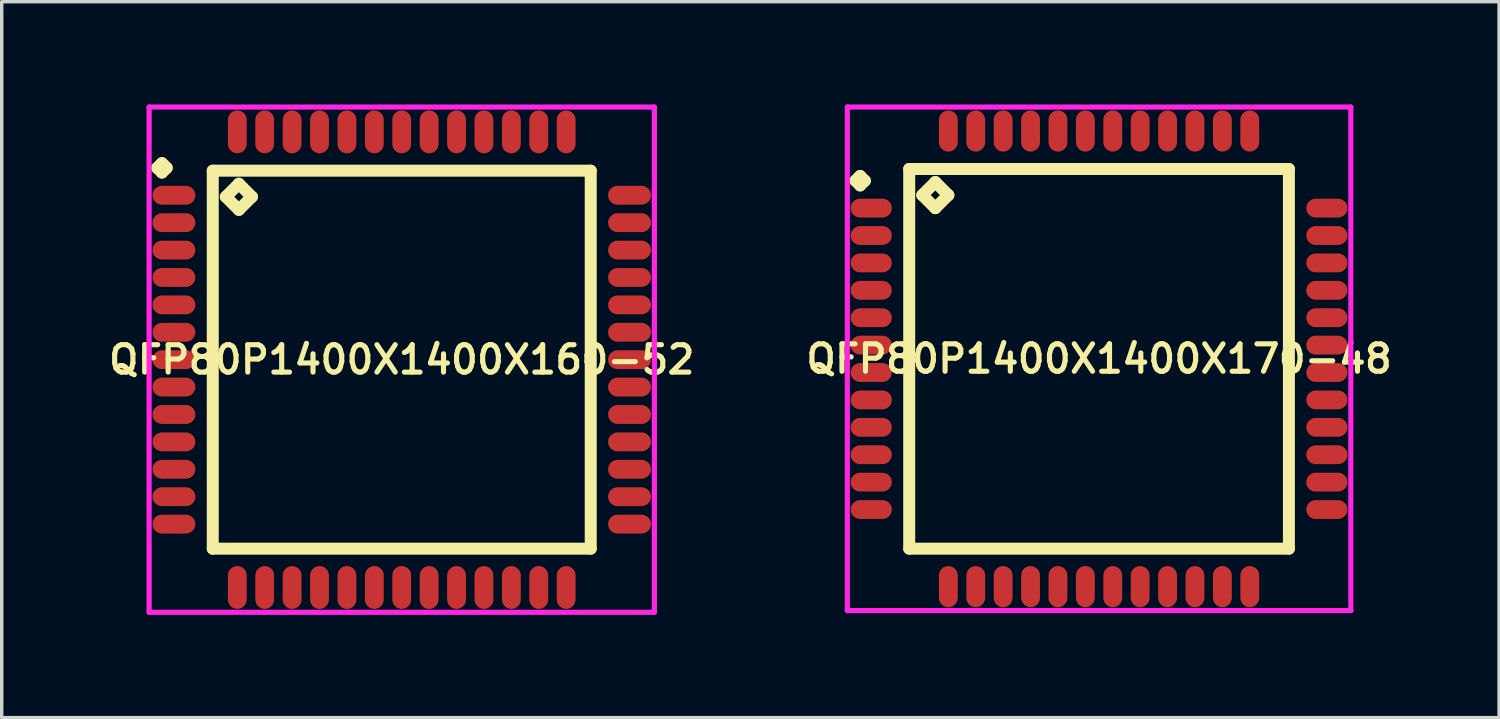
<source format=kicad_pcb>
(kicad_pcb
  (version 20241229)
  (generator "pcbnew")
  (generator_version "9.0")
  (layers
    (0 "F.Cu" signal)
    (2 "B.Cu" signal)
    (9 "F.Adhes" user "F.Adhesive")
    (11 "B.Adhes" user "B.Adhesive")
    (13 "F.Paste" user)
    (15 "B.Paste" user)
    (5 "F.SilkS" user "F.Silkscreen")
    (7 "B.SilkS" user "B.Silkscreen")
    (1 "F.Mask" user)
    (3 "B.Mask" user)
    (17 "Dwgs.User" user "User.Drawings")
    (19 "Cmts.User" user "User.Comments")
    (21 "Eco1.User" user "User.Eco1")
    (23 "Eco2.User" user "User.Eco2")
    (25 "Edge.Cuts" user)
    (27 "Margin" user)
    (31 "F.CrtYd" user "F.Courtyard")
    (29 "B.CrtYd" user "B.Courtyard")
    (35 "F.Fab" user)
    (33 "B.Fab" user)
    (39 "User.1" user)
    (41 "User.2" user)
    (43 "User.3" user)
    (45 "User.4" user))
  (footprint "QFP80P1400X1400X160-52"
    (layer "F.Cu")
    (at 8.678 7.45)
    (property "Reference" "QFP80P1400X1400X160-52" (at 0 0 0) (layer "F.SilkS") (effects (font (size 0.8 0.8) (thickness 0.15))))
    (attr smd)
    (fp_line (start -7.138 -5.6) (end -7 -5.737) (stroke (width 0.35) (type solid)) (layer "F.SilkS"))
    (fp_line (start -7 -5.737) (end -6.862 -5.6) (stroke (width 0.35) (type solid)) (layer "F.SilkS"))
    (fp_line (start -7 -5.463) (end -7.138 -5.6) (stroke (width 0.35) (type solid)) (layer "F.SilkS"))
    (fp_line (start -6.862 -5.6) (end -7 -5.463) (stroke (width 0.35) (type solid)) (layer "F.SilkS"))
    (fp_line (start -5.517 -5.517) (end -5.517 5.517) (stroke (width 0.35) (type solid)) (layer "F.SilkS"))
    (fp_line (start -5.517 5.517) (end 5.517 5.517) (stroke (width 0.35) (type solid)) (layer "F.SilkS"))
    (fp_line (start -5.136 -4.755) (end -4.755 -5.136) (stroke (width 0.35) (type solid)) (layer "F.SilkS"))
    (fp_line (start -4.755 -5.136) (end -4.374 -4.755) (stroke (width 0.35) (type solid)) (layer "F.SilkS"))
    (fp_line (start -4.755 -4.374) (end -5.136 -4.755) (stroke (width 0.35) (type solid)) (layer "F.SilkS"))
    (fp_line (start -4.374 -4.755) (end -4.755 -4.374) (stroke (width 0.35) (type solid)) (layer "F.SilkS"))
    (fp_line (start 5.517 -5.517) (end -5.517 -5.517) (stroke (width 0.35) (type solid)) (layer "F.SilkS"))
    (fp_line (start 5.517 5.517) (end 5.517 -5.517) (stroke (width 0.35) (type solid)) (layer "F.SilkS"))
    (fp_line (start -7.375 -7.375) (end 7.375 -7.375) (stroke (width 0.15) (type solid)) (layer "F.CrtYd"))
    (fp_line (start -7.375 7.375) (end -7.375 -7.375) (stroke (width 0.15) (type solid)) (layer "F.CrtYd"))
    (fp_line (start 7.375 -7.375) (end 7.375 7.375) (stroke (width 0.15) (type solid)) (layer "F.CrtYd"))
    (fp_line (start 7.375 7.375) (end -7.375 7.375) (stroke (width 0.15) (type solid)) (layer "F.CrtYd"))
    (pad "1" smd oval (at -6.65 -4.8) (size 1.25 0.55) (layers "F.Cu" "F.Mask" "F.Paste"))
    (pad "2" smd oval (at -6.65 -4) (size 1.25 0.55) (layers "F.Cu" "F.Mask" "F.Paste"))
    (pad "3" smd oval (at -6.65 -3.2) (size 1.25 0.55) (layers "F.Cu" "F.Mask" "F.Paste"))
    (pad "4" smd oval (at -6.65 -2.4) (size 1.25 0.55) (layers "F.Cu" "F.Mask" "F.Paste"))
    (pad "5" smd oval (at -6.65 -1.6) (size 1.25 0.55) (layers "F.Cu" "F.Mask" "F.Paste"))
    (pad "6" smd oval (at -6.65 -0.8) (size 1.25 0.55) (layers "F.Cu" "F.Mask" "F.Paste"))
    (pad "7" smd oval (at -6.65 0) (size 1.25 0.55) (layers "F.Cu" "F.Mask" "F.Paste"))
    (pad "8" smd oval (at -6.65 0.8) (size 1.25 0.55) (layers "F.Cu" "F.Mask" "F.Paste"))
    (pad "9" smd oval (at -6.65 1.6) (size 1.25 0.55) (layers "F.Cu" "F.Mask" "F.Paste"))
    (pad "10" smd oval (at -6.65 2.4) (size 1.25 0.55) (layers "F.Cu" "F.Mask" "F.Paste"))
    (pad "11" smd oval (at -6.65 3.2) (size 1.25 0.55) (layers "F.Cu" "F.Mask" "F.Paste"))
    (pad "12" smd oval (at -6.65 4) (size 1.25 0.55) (layers "F.Cu" "F.Mask" "F.Paste"))
    (pad "13" smd oval (at -6.65 4.8) (size 1.25 0.55) (layers "F.Cu" "F.Mask" "F.Paste"))
    (pad "14" smd oval (at -4.8 6.65) (size 0.55 1.25) (layers "F.Cu" "F.Mask" "F.Paste"))
    (pad "15" smd oval (at -4 6.65) (size 0.55 1.25) (layers "F.Cu" "F.Mask" "F.Paste"))
    (pad "16" smd oval (at -3.2 6.65) (size 0.55 1.25) (layers "F.Cu" "F.Mask" "F.Paste"))
    (pad "17" smd oval (at -2.4 6.65) (size 0.55 1.25) (layers "F.Cu" "F.Mask" "F.Paste"))
    (pad "18" smd oval (at -1.6 6.65) (size 0.55 1.25) (layers "F.Cu" "F.Mask" "F.Paste"))
    (pad "19" smd oval (at -0.8 6.65) (size 0.55 1.25) (layers "F.Cu" "F.Mask" "F.Paste"))
    (pad "20" smd oval (at 0 6.65) (size 0.55 1.25) (layers "F.Cu" "F.Mask" "F.Paste"))
    (pad "21" smd oval (at 0.8 6.65) (size 0.55 1.25) (layers "F.Cu" "F.Mask" "F.Paste"))
    (pad "22" smd oval (at 1.6 6.65) (size 0.55 1.25) (layers "F.Cu" "F.Mask" "F.Paste"))
    (pad "23" smd oval (at 2.4 6.65) (size 0.55 1.25) (layers "F.Cu" "F.Mask" "F.Paste"))
    (pad "24" smd oval (at 3.2 6.65) (size 0.55 1.25) (layers "F.Cu" "F.Mask" "F.Paste"))
    (pad "25" smd oval (at 4 6.65) (size 0.55 1.25) (layers "F.Cu" "F.Mask" "F.Paste"))
    (pad "26" smd oval (at 4.8 6.65) (size 0.55 1.25) (layers "F.Cu" "F.Mask" "F.Paste"))
    (pad "27" smd oval (at 6.65 4.8) (size 1.25 0.55) (layers "F.Cu" "F.Mask" "F.Paste"))
    (pad "28" smd oval (at 6.65 4) (size 1.25 0.55) (layers "F.Cu" "F.Mask" "F.Paste"))
    (pad "29" smd oval (at 6.65 3.2) (size 1.25 0.55) (layers "F.Cu" "F.Mask" "F.Paste"))
    (pad "30" smd oval (at 6.65 2.4) (size 1.25 0.55) (layers "F.Cu" "F.Mask" "F.Paste"))
    (pad "31" smd oval (at 6.65 1.6) (size 1.25 0.55) (layers "F.Cu" "F.Mask" "F.Paste"))
    (pad "32" smd oval (at 6.65 0.8) (size 1.25 0.55) (layers "F.Cu" "F.Mask" "F.Paste"))
    (pad "33" smd oval (at 6.65 0) (size 1.25 0.55) (layers "F.Cu" "F.Mask" "F.Paste"))
    (pad "34" smd oval (at 6.65 -0.8) (size 1.25 0.55) (layers "F.Cu" "F.Mask" "F.Paste"))
    (pad "35" smd oval (at 6.65 -1.6) (size 1.25 0.55) (layers "F.Cu" "F.Mask" "F.Paste"))
    (pad "36" smd oval (at 6.65 -2.4) (size 1.25 0.55) (layers "F.Cu" "F.Mask" "F.Paste"))
    (pad "37" smd oval (at 6.65 -3.2) (size 1.25 0.55) (layers "F.Cu" "F.Mask" "F.Paste"))
    (pad "38" smd oval (at 6.65 -4) (size 1.25 0.55) (layers "F.Cu" "F.Mask" "F.Paste"))
    (pad "39" smd oval (at 6.65 -4.8) (size 1.25 0.55) (layers "F.Cu" "F.Mask" "F.Paste"))
    (pad "40" smd oval (at 4.8 -6.65) (size 0.55 1.25) (layers "F.Cu" "F.Mask" "F.Paste"))
    (pad "41" smd oval (at 4 -6.65) (size 0.55 1.25) (layers "F.Cu" "F.Mask" "F.Paste"))
    (pad "42" smd oval (at 3.2 -6.65) (size 0.55 1.25) (layers "F.Cu" "F.Mask" "F.Paste"))
    (pad "43" smd oval (at 2.4 -6.65) (size 0.55 1.25) (layers "F.Cu" "F.Mask" "F.Paste"))
    (pad "44" smd oval (at 1.6 -6.65) (size 0.55 1.25) (layers "F.Cu" "F.Mask" "F.Paste"))
    (pad "45" smd oval (at 0.8 -6.65) (size 0.55 1.25) (layers "F.Cu" "F.Mask" "F.Paste"))
    (pad "46" smd oval (at 0 -6.65) (size 0.55 1.25) (layers "F.Cu" "F.Mask" "F.Paste"))
    (pad "47" smd oval (at -0.8 -6.65) (size 0.55 1.25) (layers "F.Cu" "F.Mask" "F.Paste"))
    (pad "48" smd oval (at -1.6 -6.65) (size 0.55 1.25) (layers "F.Cu" "F.Mask" "F.Paste"))
    (pad "49" smd oval (at -2.4 -6.65) (size 0.55 1.25) (layers "F.Cu" "F.Mask" "F.Paste"))
    (pad "50" smd oval (at -3.2 -6.65) (size 0.55 1.25) (layers "F.Cu" "F.Mask" "F.Paste"))
    (pad "51" smd oval (at -4 -6.65) (size 0.55 1.25) (layers "F.Cu" "F.Mask" "F.Paste"))
    (pad "52" smd oval (at -4.8 -6.65) (size 0.55 1.25) (layers "F.Cu" "F.Mask" "F.Paste")))
  (footprint "QFP80P1400X1400X170-48"
    (layer "F.Cu")
    (at 29.035 7.425)
    (property "Reference" "QFP80P1400X1400X170-48" (at 0 0 0) (layer "F.SilkS") (effects (font (size 0.8 0.8) (thickness 0.15))))
    (attr smd)
    (fp_line (start -7.112 -5.2) (end -6.975 -5.338) (stroke (width 0.35) (type solid)) (layer "F.SilkS"))
    (fp_line (start -6.975 -5.338) (end -6.838 -5.2) (stroke (width 0.35) (type solid)) (layer "F.SilkS"))
    (fp_line (start -6.975 -5.062) (end -7.112 -5.2) (stroke (width 0.35) (type solid)) (layer "F.SilkS"))
    (fp_line (start -6.838 -5.2) (end -6.975 -5.062) (stroke (width 0.35) (type solid)) (layer "F.SilkS"))
    (fp_line (start -5.542 -5.542) (end -5.542 5.542) (stroke (width 0.35) (type solid)) (layer "F.SilkS"))
    (fp_line (start -5.542 5.542) (end 5.542 5.542) (stroke (width 0.35) (type solid)) (layer "F.SilkS"))
    (fp_line (start -5.161 -4.78) (end -4.78 -5.161) (stroke (width 0.35) (type solid)) (layer "F.SilkS"))
    (fp_line (start -4.78 -5.161) (end -4.399 -4.78) (stroke (width 0.35) (type solid)) (layer "F.SilkS"))
    (fp_line (start -4.78 -4.399) (end -5.161 -4.78) (stroke (width 0.35) (type solid)) (layer "F.SilkS"))
    (fp_line (start -4.399 -4.78) (end -4.78 -4.399) (stroke (width 0.35) (type solid)) (layer "F.SilkS"))
    (fp_line (start 5.542 -5.542) (end -5.542 -5.542) (stroke (width 0.35) (type solid)) (layer "F.SilkS"))
    (fp_line (start 5.542 5.542) (end 5.542 -5.542) (stroke (width 0.35) (type solid)) (layer "F.SilkS"))
    (fp_line (start -7.35 -7.35) (end 7.35 -7.35) (stroke (width 0.15) (type solid)) (layer "F.CrtYd"))
    (fp_line (start -7.35 7.35) (end -7.35 -7.35) (stroke (width 0.15) (type solid)) (layer "F.CrtYd"))
    (fp_line (start 7.35 -7.35) (end 7.35 7.35) (stroke (width 0.15) (type solid)) (layer "F.CrtYd"))
    (fp_line (start 7.35 7.35) (end -7.35 7.35) (stroke (width 0.15) (type solid)) (layer "F.CrtYd"))
    (pad "1" smd oval (at -6.65 -4.4) (size 1.2 0.55) (layers "F.Cu" "F.Mask" "F.Paste"))
    (pad "2" smd oval (at -6.65 -3.6) (size 1.2 0.55) (layers "F.Cu" "F.Mask" "F.Paste"))
    (pad "3" smd oval (at -6.65 -2.8) (size 1.2 0.55) (layers "F.Cu" "F.Mask" "F.Paste"))
    (pad "4" smd oval (at -6.65 -2) (size 1.2 0.55) (layers "F.Cu" "F.Mask" "F.Paste"))
    (pad "5" smd oval (at -6.65 -1.2) (size 1.2 0.55) (layers "F.Cu" "F.Mask" "F.Paste"))
    (pad "6" smd oval (at -6.65 -0.4) (size 1.2 0.55) (layers "F.Cu" "F.Mask" "F.Paste"))
    (pad "7" smd oval (at -6.65 0.4) (size 1.2 0.55) (layers "F.Cu" "F.Mask" "F.Paste"))
    (pad "8" smd oval (at -6.65 1.2) (size 1.2 0.55) (layers "F.Cu" "F.Mask" "F.Paste"))
    (pad "9" smd oval (at -6.65 2) (size 1.2 0.55) (layers "F.Cu" "F.Mask" "F.Paste"))
    (pad "10" smd oval (at -6.65 2.8) (size 1.2 0.55) (layers "F.Cu" "F.Mask" "F.Paste"))
    (pad "11" smd oval (at -6.65 3.6) (size 1.2 0.55) (layers "F.Cu" "F.Mask" "F.Paste"))
    (pad "12" smd oval (at -6.65 4.4) (size 1.2 0.55) (layers "F.Cu" "F.Mask" "F.Paste"))
    (pad "13" smd oval (at -4.4 6.65) (size 0.55 1.2) (layers "F.Cu" "F.Mask" "F.Paste"))
    (pad "14" smd oval (at -3.6 6.65) (size 0.55 1.2) (layers "F.Cu" "F.Mask" "F.Paste"))
    (pad "15" smd oval (at -2.8 6.65) (size 0.55 1.2) (layers "F.Cu" "F.Mask" "F.Paste"))
    (pad "16" smd oval (at -2 6.65) (size 0.55 1.2) (layers "F.Cu" "F.Mask" "F.Paste"))
    (pad "17" smd oval (at -1.2 6.65) (size 0.55 1.2) (layers "F.Cu" "F.Mask" "F.Paste"))
    (pad "18" smd oval (at -0.4 6.65) (size 0.55 1.2) (layers "F.Cu" "F.Mask" "F.Paste"))
    (pad "19" smd oval (at 0.4 6.65) (size 0.55 1.2) (layers "F.Cu" "F.Mask" "F.Paste"))
    (pad "20" smd oval (at 1.2 6.65) (size 0.55 1.2) (layers "F.Cu" "F.Mask" "F.Paste"))
    (pad "21" smd oval (at 2 6.65) (size 0.55 1.2) (layers "F.Cu" "F.Mask" "F.Paste"))
    (pad "22" smd oval (at 2.8 6.65) (size 0.55 1.2) (layers "F.Cu" "F.Mask" "F.Paste"))
    (pad "23" smd oval (at 3.6 6.65) (size 0.55 1.2) (layers "F.Cu" "F.Mask" "F.Paste"))
    (pad "24" smd oval (at 4.4 6.65) (size 0.55 1.2) (layers "F.Cu" "F.Mask" "F.Paste"))
    (pad "25" smd oval (at 6.65 4.4) (size 1.2 0.55) (layers "F.Cu" "F.Mask" "F.Paste"))
    (pad "26" smd oval (at 6.65 3.6) (size 1.2 0.55) (layers "F.Cu" "F.Mask" "F.Paste"))
    (pad "27" smd oval (at 6.65 2.8) (size 1.2 0.55) (layers "F.Cu" "F.Mask" "F.Paste"))
    (pad "28" smd oval (at 6.65 2) (size 1.2 0.55) (layers "F.Cu" "F.Mask" "F.Paste"))
    (pad "29" smd oval (at 6.65 1.2) (size 1.2 0.55) (layers "F.Cu" "F.Mask" "F.Paste"))
    (pad "30" smd oval (at 6.65 0.4) (size 1.2 0.55) (layers "F.Cu" "F.Mask" "F.Paste"))
    (pad "31" smd oval (at 6.65 -0.4) (size 1.2 0.55) (layers "F.Cu" "F.Mask" "F.Paste"))
    (pad "32" smd oval (at 6.65 -1.2) (size 1.2 0.55) (layers "F.Cu" "F.Mask" "F.Paste"))
    (pad "33" smd oval (at 6.65 -2) (size 1.2 0.55) (layers "F.Cu" "F.Mask" "F.Paste"))
    (pad "34" smd oval (at 6.65 -2.8) (size 1.2 0.55) (layers "F.Cu" "F.Mask" "F.Paste"))
    (pad "35" smd oval (at 6.65 -3.6) (size 1.2 0.55) (layers "F.Cu" "F.Mask" "F.Paste"))
    (pad "36" smd oval (at 6.65 -4.4) (size 1.2 0.55) (layers "F.Cu" "F.Mask" "F.Paste"))
    (pad "37" smd oval (at 4.4 -6.65) (size 0.55 1.2) (layers "F.Cu" "F.Mask" "F.Paste"))
    (pad "38" smd oval (at 3.6 -6.65) (size 0.55 1.2) (layers "F.Cu" "F.Mask" "F.Paste"))
    (pad "39" smd oval (at 2.8 -6.65) (size 0.55 1.2) (layers "F.Cu" "F.Mask" "F.Paste"))
    (pad "40" smd oval (at 2 -6.65) (size 0.55 1.2) (layers "F.Cu" "F.Mask" "F.Paste"))
    (pad "41" smd oval (at 1.2 -6.65) (size 0.55 1.2) (layers "F.Cu" "F.Mask" "F.Paste"))
    (pad "42" smd oval (at 0.4 -6.65) (size 0.55 1.2) (layers "F.Cu" "F.Mask" "F.Paste"))
    (pad "43" smd oval (at -0.4 -6.65) (size 0.55 1.2) (layers "F.Cu" "F.Mask" "F.Paste"))
    (pad "44" smd oval (at -1.2 -6.65) (size 0.55 1.2) (layers "F.Cu" "F.Mask" "F.Paste"))
    (pad "45" smd oval (at -2 -6.65) (size 0.55 1.2) (layers "F.Cu" "F.Mask" "F.Paste"))
    (pad "46" smd oval (at -2.8 -6.65) (size 0.55 1.2) (layers "F.Cu" "F.Mask" "F.Paste"))
    (pad "47" smd oval (at -3.6 -6.65) (size 0.55 1.2) (layers "F.Cu" "F.Mask" "F.Paste"))
    (pad "48" smd oval (at -4.4 -6.65) (size 0.55 1.2) (layers "F.Cu" "F.Mask" "F.Paste")))
  (gr_rect
    (start -3 -3)
    (end 40.713 17.9)
    (stroke (width 0.1) (type default))
    (fill no)
    (layer "Edge.Cuts")))
</source>
